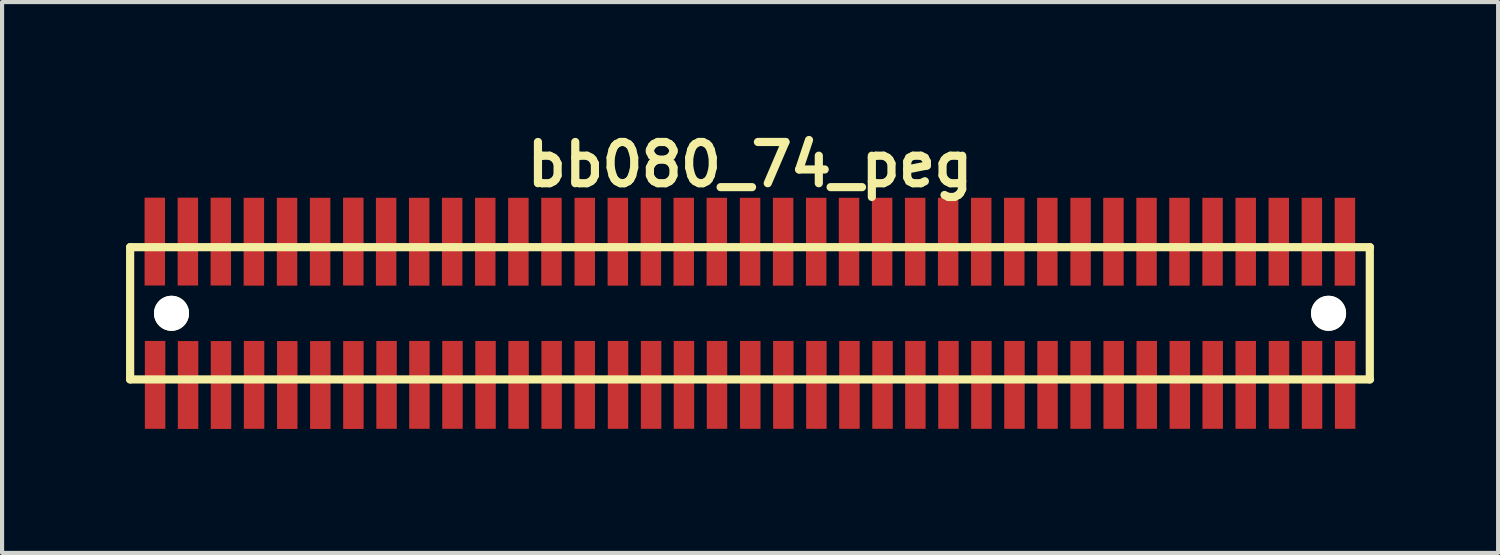
<source format=kicad_pcb>
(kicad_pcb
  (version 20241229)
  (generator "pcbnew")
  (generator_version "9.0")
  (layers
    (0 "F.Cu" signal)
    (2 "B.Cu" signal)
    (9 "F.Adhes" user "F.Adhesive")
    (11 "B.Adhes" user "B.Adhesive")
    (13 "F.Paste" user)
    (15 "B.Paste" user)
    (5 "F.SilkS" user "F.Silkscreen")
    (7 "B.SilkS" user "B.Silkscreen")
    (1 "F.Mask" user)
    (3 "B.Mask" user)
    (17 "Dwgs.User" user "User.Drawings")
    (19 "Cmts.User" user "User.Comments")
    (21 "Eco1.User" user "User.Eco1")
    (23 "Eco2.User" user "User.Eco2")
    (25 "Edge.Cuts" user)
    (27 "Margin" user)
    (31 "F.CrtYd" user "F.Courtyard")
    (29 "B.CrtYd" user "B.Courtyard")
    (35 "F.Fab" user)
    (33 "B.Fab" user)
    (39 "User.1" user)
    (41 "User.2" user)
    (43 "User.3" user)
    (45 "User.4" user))
  (footprint "bb080_74_peg"
    (layer "F.Cu")
    (at 15.1 4.531)
    (property "Reference" "bb080_74_peg" (at 0 -3.599 0) (layer "F.SilkS") (effects (font (size 0.998 0.998) (thickness 0.198))))
    (attr through_hole)
    (fp_line (start -15.001 -1.6) (end -15.001 1.6) (stroke (width 0.198) (type solid)) (layer "F.SilkS"))
    (fp_line (start -15.001 -1.6) (end 15.001 -1.6) (stroke (width 0.198) (type solid)) (layer "F.SilkS"))
    (fp_line (start 14.996 1.6) (end 14.996 -1.6) (stroke (width 0.198) (type solid)) (layer "F.SilkS"))
    (fp_line (start 15.001 1.6) (end -15.001 1.6) (stroke (width 0.198) (type solid)) (layer "F.SilkS"))
    (pad "" np_thru_hole circle (at -14 0) (size 0.848 0.848) (drill 0.848) (layers "*.Cu" "*.Mask" "F.SilkS"))
    (pad "" np_thru_hole circle (at 13.998 0) (size 0.848 0.848) (drill 0.848) (layers "*.Cu" "*.Mask" "F.SilkS"))
    (pad "1" smd rect (at -14.397 1.732) (size 0.495 2.126) (layers "F.Cu" "F.Mask" "F.Paste"))
    (pad "2" smd rect (at -14.404 -1.735) (size 0.495 2.126) (layers "F.Cu" "F.Mask" "F.Paste"))
    (pad "3" smd rect (at -13.599 1.735) (size 0.495 2.126) (layers "F.Cu" "F.Mask" "F.Paste"))
    (pad "4" smd rect (at -13.604 -1.735) (size 0.495 2.126) (layers "F.Cu" "F.Mask" "F.Paste"))
    (pad "5" smd rect (at -12.802 1.735) (size 0.495 2.126) (layers "F.Cu" "F.Mask" "F.Paste"))
    (pad "6" smd rect (at -12.807 -1.735) (size 0.495 2.126) (layers "F.Cu" "F.Mask" "F.Paste"))
    (pad "7" smd rect (at -12.002 1.732) (size 0.495 2.126) (layers "F.Cu" "F.Mask" "F.Paste"))
    (pad "8" smd rect (at -12.007 -1.732) (size 0.495 2.126) (layers "F.Cu" "F.Mask" "F.Paste"))
    (pad "9" smd rect (at -11.199 1.735) (size 0.495 2.126) (layers "F.Cu" "F.Mask" "F.Paste"))
    (pad "10" smd rect (at -11.204 -1.732) (size 0.495 2.126) (layers "F.Cu" "F.Mask" "F.Paste"))
    (pad "11" smd rect (at -10.399 1.735) (size 0.495 2.126) (layers "F.Cu" "F.Mask" "F.Paste"))
    (pad "12" smd rect (at -10.404 -1.732) (size 0.495 2.126) (layers "F.Cu" "F.Mask" "F.Paste"))
    (pad "13" smd rect (at -9.599 1.735) (size 0.495 2.126) (layers "F.Cu" "F.Mask" "F.Paste"))
    (pad "14" smd rect (at -9.601 -1.735) (size 0.495 2.126) (layers "F.Cu" "F.Mask" "F.Paste"))
    (pad "15" smd rect (at -8.796 1.732) (size 0.495 2.126) (layers "F.Cu" "F.Mask" "F.Paste"))
    (pad "16" smd rect (at -8.806 -1.732) (size 0.495 2.126) (layers "F.Cu" "F.Mask" "F.Paste"))
    (pad "17" smd rect (at -8.001 1.732) (size 0.495 2.126) (layers "F.Cu" "F.Mask" "F.Paste"))
    (pad "18" smd rect (at -8.006 -1.732) (size 0.495 2.126) (layers "F.Cu" "F.Mask" "F.Paste"))
    (pad "19" smd rect (at -7.201 1.732) (size 0.495 2.126) (layers "F.Cu" "F.Mask" "F.Paste"))
    (pad "20" smd rect (at -7.209 -1.732) (size 0.495 2.126) (layers "F.Cu" "F.Mask" "F.Paste"))
    (pad "21" smd rect (at -6.401 1.732) (size 0.495 2.126) (layers "F.Cu" "F.Mask" "F.Paste"))
    (pad "22" smd rect (at -6.408 -1.732) (size 0.495 2.126) (layers "F.Cu" "F.Mask" "F.Paste"))
    (pad "23" smd rect (at -5.601 1.732) (size 0.495 2.126) (layers "F.Cu" "F.Mask" "F.Paste"))
    (pad "24" smd rect (at -5.606 -1.732) (size 0.495 2.126) (layers "F.Cu" "F.Mask" "F.Paste"))
    (pad "25" smd rect (at -4.801 1.732) (size 0.495 2.126) (layers "F.Cu" "F.Mask" "F.Paste"))
    (pad "26" smd rect (at -4.806 -1.732) (size 0.495 2.126) (layers "F.Cu" "F.Mask" "F.Paste"))
    (pad "27" smd rect (at -4 1.732) (size 0.495 2.126) (layers "F.Cu" "F.Mask" "F.Paste"))
    (pad "28" smd rect (at -4 -1.732) (size 0.495 2.126) (layers "F.Cu" "F.Mask" "F.Paste"))
    (pad "29" smd rect (at -3.195 1.732) (size 0.495 2.126) (layers "F.Cu" "F.Mask" "F.Paste"))
    (pad "30" smd rect (at -3.2 -1.732) (size 0.495 2.126) (layers "F.Cu" "F.Mask" "F.Paste"))
    (pad "31" smd rect (at -2.395 1.732) (size 0.495 2.126) (layers "F.Cu" "F.Mask" "F.Paste"))
    (pad "32" smd rect (at -2.4 -1.732) (size 0.495 2.126) (layers "F.Cu" "F.Mask" "F.Paste"))
    (pad "33" smd rect (at -1.6 1.732) (size 0.495 2.126) (layers "F.Cu" "F.Mask" "F.Paste"))
    (pad "34" smd rect (at -1.605 -1.732) (size 0.495 2.126) (layers "F.Cu" "F.Mask" "F.Paste"))
    (pad "35" smd rect (at -0.8 1.732) (size 0.495 2.126) (layers "F.Cu" "F.Mask" "F.Paste"))
    (pad "36" smd rect (at -0.805 -1.732) (size 0.495 2.126) (layers "F.Cu" "F.Mask" "F.Paste"))
    (pad "37" smd rect (at 0.005 1.732) (size 0.495 2.126) (layers "F.Cu" "F.Mask" "F.Paste"))
    (pad "38" smd rect (at 0 -1.732) (size 0.495 2.126) (layers "F.Cu" "F.Mask" "F.Paste"))
    (pad "39" smd rect (at 0.805 1.732) (size 0.495 2.126) (layers "F.Cu" "F.Mask" "F.Paste"))
    (pad "40" smd rect (at 0.8 -1.732) (size 0.495 2.126) (layers "F.Cu" "F.Mask" "F.Paste"))
    (pad "41" smd rect (at 1.605 1.732) (size 0.495 2.126) (layers "F.Cu" "F.Mask" "F.Paste"))
    (pad "42" smd rect (at 1.6 -1.732) (size 0.495 2.126) (layers "F.Cu" "F.Mask" "F.Paste"))
    (pad "43" smd rect (at 2.405 1.732) (size 0.495 2.126) (layers "F.Cu" "F.Mask" "F.Paste"))
    (pad "44" smd rect (at 2.395 -1.732) (size 0.495 2.126) (layers "F.Cu" "F.Mask" "F.Paste"))
    (pad "45" smd rect (at 3.205 1.732) (size 0.495 2.126) (layers "F.Cu" "F.Mask" "F.Paste"))
    (pad "46" smd rect (at 3.195 -1.732) (size 0.495 2.126) (layers "F.Cu" "F.Mask" "F.Paste"))
    (pad "47" smd rect (at 4 1.732) (size 0.495 2.126) (layers "F.Cu" "F.Mask" "F.Paste"))
    (pad "48" smd rect (at 3.995 -1.732) (size 0.495 2.126) (layers "F.Cu" "F.Mask" "F.Paste"))
    (pad "49" smd rect (at 4.801 1.732) (size 0.495 2.126) (layers "F.Cu" "F.Mask" "F.Paste"))
    (pad "50" smd rect (at 4.793 -1.732) (size 0.495 2.126) (layers "F.Cu" "F.Mask" "F.Paste"))
    (pad "51" smd rect (at 5.598 1.732) (size 0.495 2.126) (layers "F.Cu" "F.Mask" "F.Paste"))
    (pad "52" smd rect (at 5.593 -1.732) (size 0.495 2.126) (layers "F.Cu" "F.Mask" "F.Paste"))
    (pad "53" smd rect (at 6.398 1.732) (size 0.495 2.126) (layers "F.Cu" "F.Mask" "F.Paste"))
    (pad "54" smd rect (at 6.393 -1.732) (size 0.495 2.126) (layers "F.Cu" "F.Mask" "F.Paste"))
    (pad "55" smd rect (at 7.198 1.732) (size 0.495 2.126) (layers "F.Cu" "F.Mask" "F.Paste"))
    (pad "56" smd rect (at 7.193 -1.732) (size 0.495 2.126) (layers "F.Cu" "F.Mask" "F.Paste"))
    (pad "57" smd rect (at 7.998 1.732) (size 0.495 2.126) (layers "F.Cu" "F.Mask" "F.Paste"))
    (pad "58" smd rect (at 7.998 -1.732) (size 0.495 2.126) (layers "F.Cu" "F.Mask" "F.Paste"))
    (pad "59" smd rect (at 8.799 1.732) (size 0.495 2.126) (layers "F.Cu" "F.Mask" "F.Paste"))
    (pad "60" smd rect (at 8.793 -1.732) (size 0.495 2.126) (layers "F.Cu" "F.Mask" "F.Paste"))
    (pad "61" smd rect (at 9.599 1.732) (size 0.495 2.126) (layers "F.Cu" "F.Mask" "F.Paste"))
    (pad "62" smd rect (at 9.594 -1.732) (size 0.495 2.126) (layers "F.Cu" "F.Mask" "F.Paste"))
    (pad "63" smd rect (at 10.399 1.732) (size 0.495 2.126) (layers "F.Cu" "F.Mask" "F.Paste"))
    (pad "64" smd rect (at 10.391 -1.732) (size 0.495 2.126) (layers "F.Cu" "F.Mask" "F.Paste"))
    (pad "65" smd rect (at 11.194 1.732) (size 0.495 2.126) (layers "F.Cu" "F.Mask" "F.Paste"))
    (pad "66" smd rect (at 11.191 -1.732) (size 0.495 2.126) (layers "F.Cu" "F.Mask" "F.Paste"))
    (pad "67" smd rect (at 11.994 1.732) (size 0.495 2.126) (layers "F.Cu" "F.Mask" "F.Paste"))
    (pad "68" smd rect (at 11.994 -1.732) (size 0.495 2.126) (layers "F.Cu" "F.Mask" "F.Paste"))
    (pad "69" smd rect (at 12.799 1.732) (size 0.495 2.126) (layers "F.Cu" "F.Mask" "F.Paste"))
    (pad "70" smd rect (at 12.794 -1.732) (size 0.495 2.126) (layers "F.Cu" "F.Mask" "F.Paste"))
    (pad "71" smd rect (at 13.599 1.732) (size 0.495 2.126) (layers "F.Cu" "F.Mask" "F.Paste"))
    (pad "72" smd rect (at 13.594 -1.732) (size 0.495 2.126) (layers "F.Cu" "F.Mask" "F.Paste"))
    (pad "73" smd rect (at 14.399 1.732) (size 0.495 2.126) (layers "F.Cu" "F.Mask" "F.Paste"))
    (pad "74" smd rect (at 14.394 -1.732) (size 0.495 2.126) (layers "F.Cu" "F.Mask" "F.Paste")))
  (gr_rect
    (start -3 -3)
    (end 33.201 10.329)
    (stroke (width 0.1) (type default))
    (fill no)
    (layer "Edge.Cuts")))
</source>
